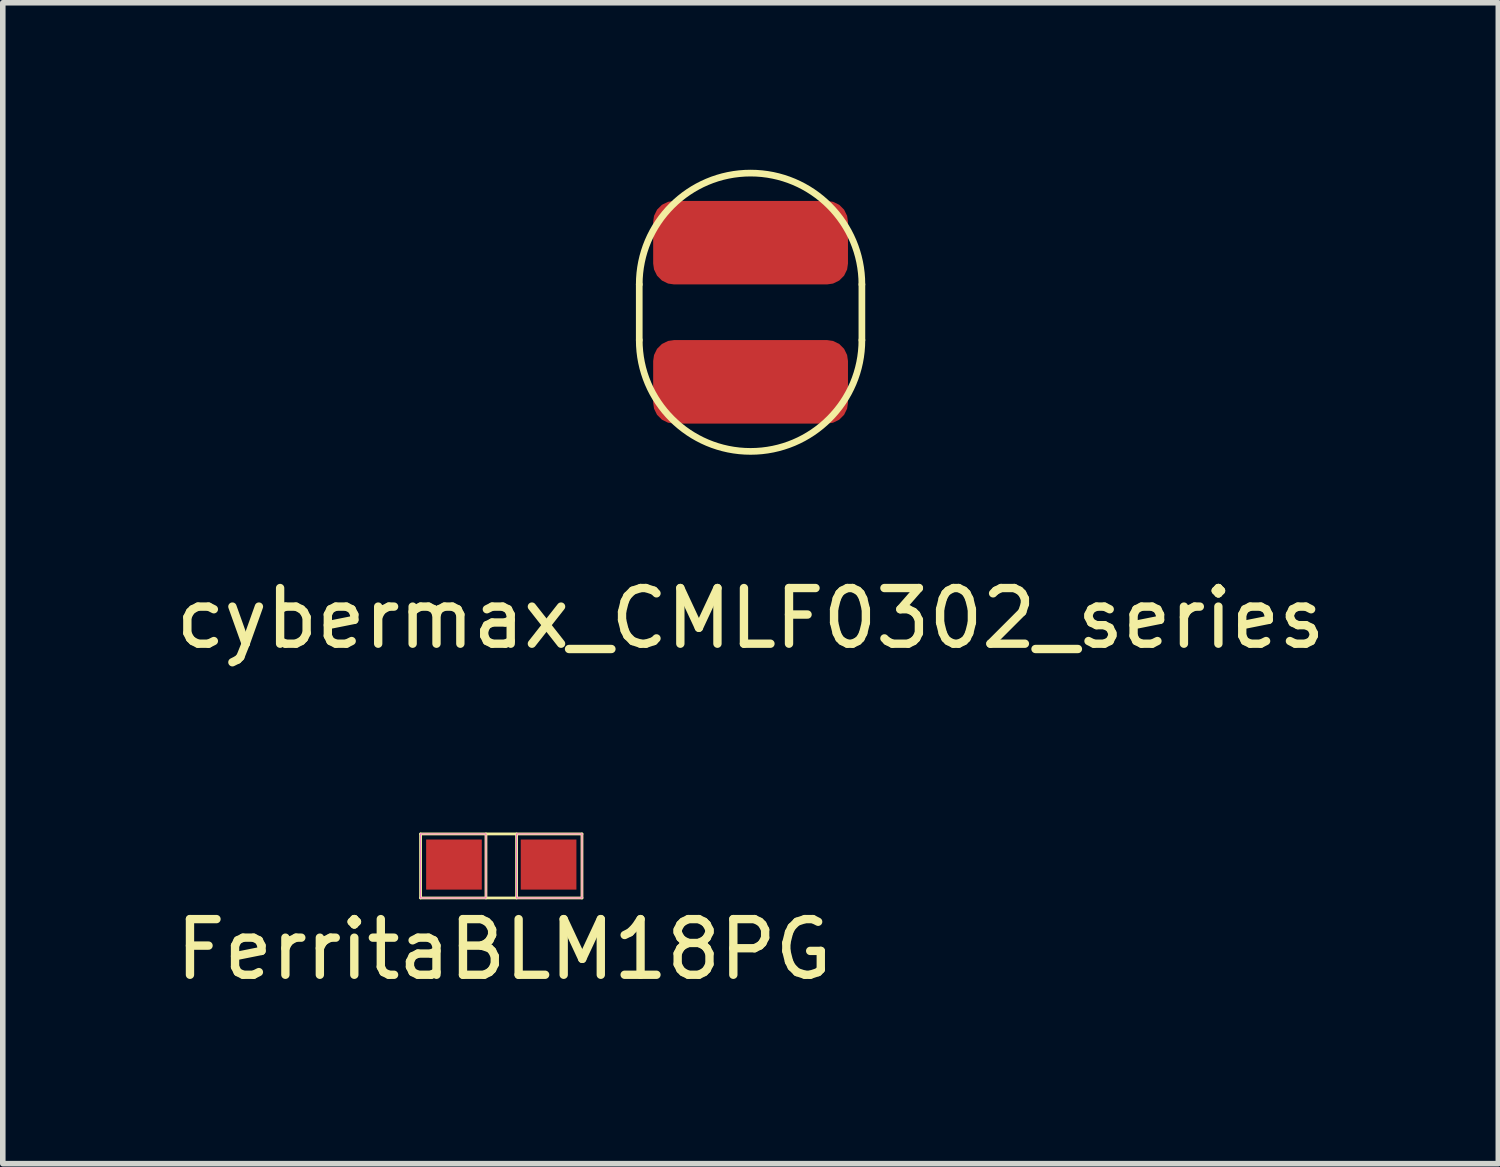
<source format=kicad_pcb>
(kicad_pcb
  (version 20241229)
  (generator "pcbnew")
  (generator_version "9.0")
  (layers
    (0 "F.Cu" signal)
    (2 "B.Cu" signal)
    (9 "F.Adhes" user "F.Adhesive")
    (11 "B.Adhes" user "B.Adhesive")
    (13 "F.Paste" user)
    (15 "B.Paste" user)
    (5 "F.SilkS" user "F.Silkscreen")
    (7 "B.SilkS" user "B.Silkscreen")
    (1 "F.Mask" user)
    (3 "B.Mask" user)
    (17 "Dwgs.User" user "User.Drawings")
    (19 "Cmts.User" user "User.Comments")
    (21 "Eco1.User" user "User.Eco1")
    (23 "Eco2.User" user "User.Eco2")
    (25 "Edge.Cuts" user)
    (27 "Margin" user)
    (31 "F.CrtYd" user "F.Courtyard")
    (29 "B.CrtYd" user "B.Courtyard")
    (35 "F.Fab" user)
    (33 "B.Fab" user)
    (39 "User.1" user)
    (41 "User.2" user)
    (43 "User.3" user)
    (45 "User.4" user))
  (footprint "cybermax_CMLF0302_series"
    (layer "F.Cu")
    (at 10.435 4.06)
    (property "Reference" "cybermax_CMLF0302_series" (at 0 4 0) (layer "F.SilkS") (effects (font (size 1 1) (thickness 0.15))))
    (attr through_hole)
    (fp_line (start -2 -2) (end -2 -1) (stroke (width 0.12) (type solid)) (layer "F.SilkS"))
    (fp_line (start 2 -2) (end 2 -1) (stroke (width 0.12) (type solid)) (layer "F.SilkS"))
    (fp_arc (start -2 -2) (mid 0 -4) (end 2 -2) (stroke (width 0.12) (type solid)) (layer "F.SilkS"))
    (fp_arc (start 2 -1) (mid 0 1) (end -2 -1) (stroke (width 0.12) (type solid)) (layer "F.SilkS"))
    (pad "1" smd roundrect (at 0 0) (size 3.5 1.5) (drill (offset 0 -0.25)) (layers "F.Cu" "F.Mask" "F.Paste") (roundrect_rratio 0.25))
    (pad "2" smd roundrect (at 0 -3) (size 3.5 1.5) (drill (offset 0 0.25)) (layers "F.Cu" "F.Mask" "F.Paste") (roundrect_rratio 0.25)))
  (footprint "FerritaBLM18PG"
    (layer "F.Cu")
    (at 5.956 12.483)
    (property "Reference" "FerritaBLM18PG" (at 0.05 1.525 0) (layer "F.SilkS") (effects (font (size 1 1) (thickness 0.15))))
    (attr through_hole)
    (fp_line (start -1.45 -0.55) (end 1.45 -0.55) (stroke (width 0.05) (type solid)) (layer "F.SilkS"))
    (fp_line (start -1.45 0.6) (end -1.45 -0.55) (stroke (width 0.05) (type solid)) (layer "F.SilkS"))
    (fp_line (start -1.45 0.6) (end 1.45 0.6) (stroke (width 0.05) (type solid)) (layer "F.SilkS"))
    (fp_line (start -0.275 0.6) (end -0.275 -0.55) (stroke (width 0.05) (type solid)) (layer "F.SilkS"))
    (fp_line (start 0.275 0.6) (end 0.275 -0.55) (stroke (width 0.05) (type solid)) (layer "F.SilkS"))
    (fp_line (start 1.45 0.6) (end 1.45 -0.55) (stroke (width 0.05) (type solid)) (layer "F.SilkS"))
    (fp_line (start -1.45 -0.55) (end -1.45 0.6) (stroke (width 0.01) (type solid)) (layer "F.CrtYd"))
    (fp_line (start -1.45 0.6) (end -0.275 0.6) (stroke (width 0.01) (type solid)) (layer "F.CrtYd"))
    (fp_line (start -0.275 -0.55) (end -1.45 -0.55) (stroke (width 0.01) (type solid)) (layer "F.CrtYd"))
    (fp_line (start -0.275 0.6) (end -0.275 -0.55) (stroke (width 0.01) (type solid)) (layer "F.CrtYd"))
    (fp_line (start 0.275 -0.55) (end 0.275 0.6) (stroke (width 0.01) (type solid)) (layer "F.CrtYd"))
    (fp_line (start 0.275 0.6) (end 1.45 0.6) (stroke (width 0.01) (type solid)) (layer "F.CrtYd"))
    (fp_line (start 1.45 -0.55) (end 0.275 -0.55) (stroke (width 0.01) (type solid)) (layer "F.CrtYd"))
    (fp_line (start 1.45 0.6) (end 1.45 -0.55) (stroke (width 0.01) (type solid)) (layer "F.CrtYd"))
    (pad "1" smd rect (at -0.85 0) (size 1 0.9) (layers "F.Cu" "F.Mask" "F.Paste"))
    (pad "2" smd rect (at 0.85 0) (size 1 0.9) (layers "F.Cu" "F.Mask" "F.Paste")))
  (gr_rect
    (start -3 -3)
    (end 23.869 17.857)
    (stroke (width 0.1) (type default))
    (fill no)
    (layer "Edge.Cuts")))
</source>
